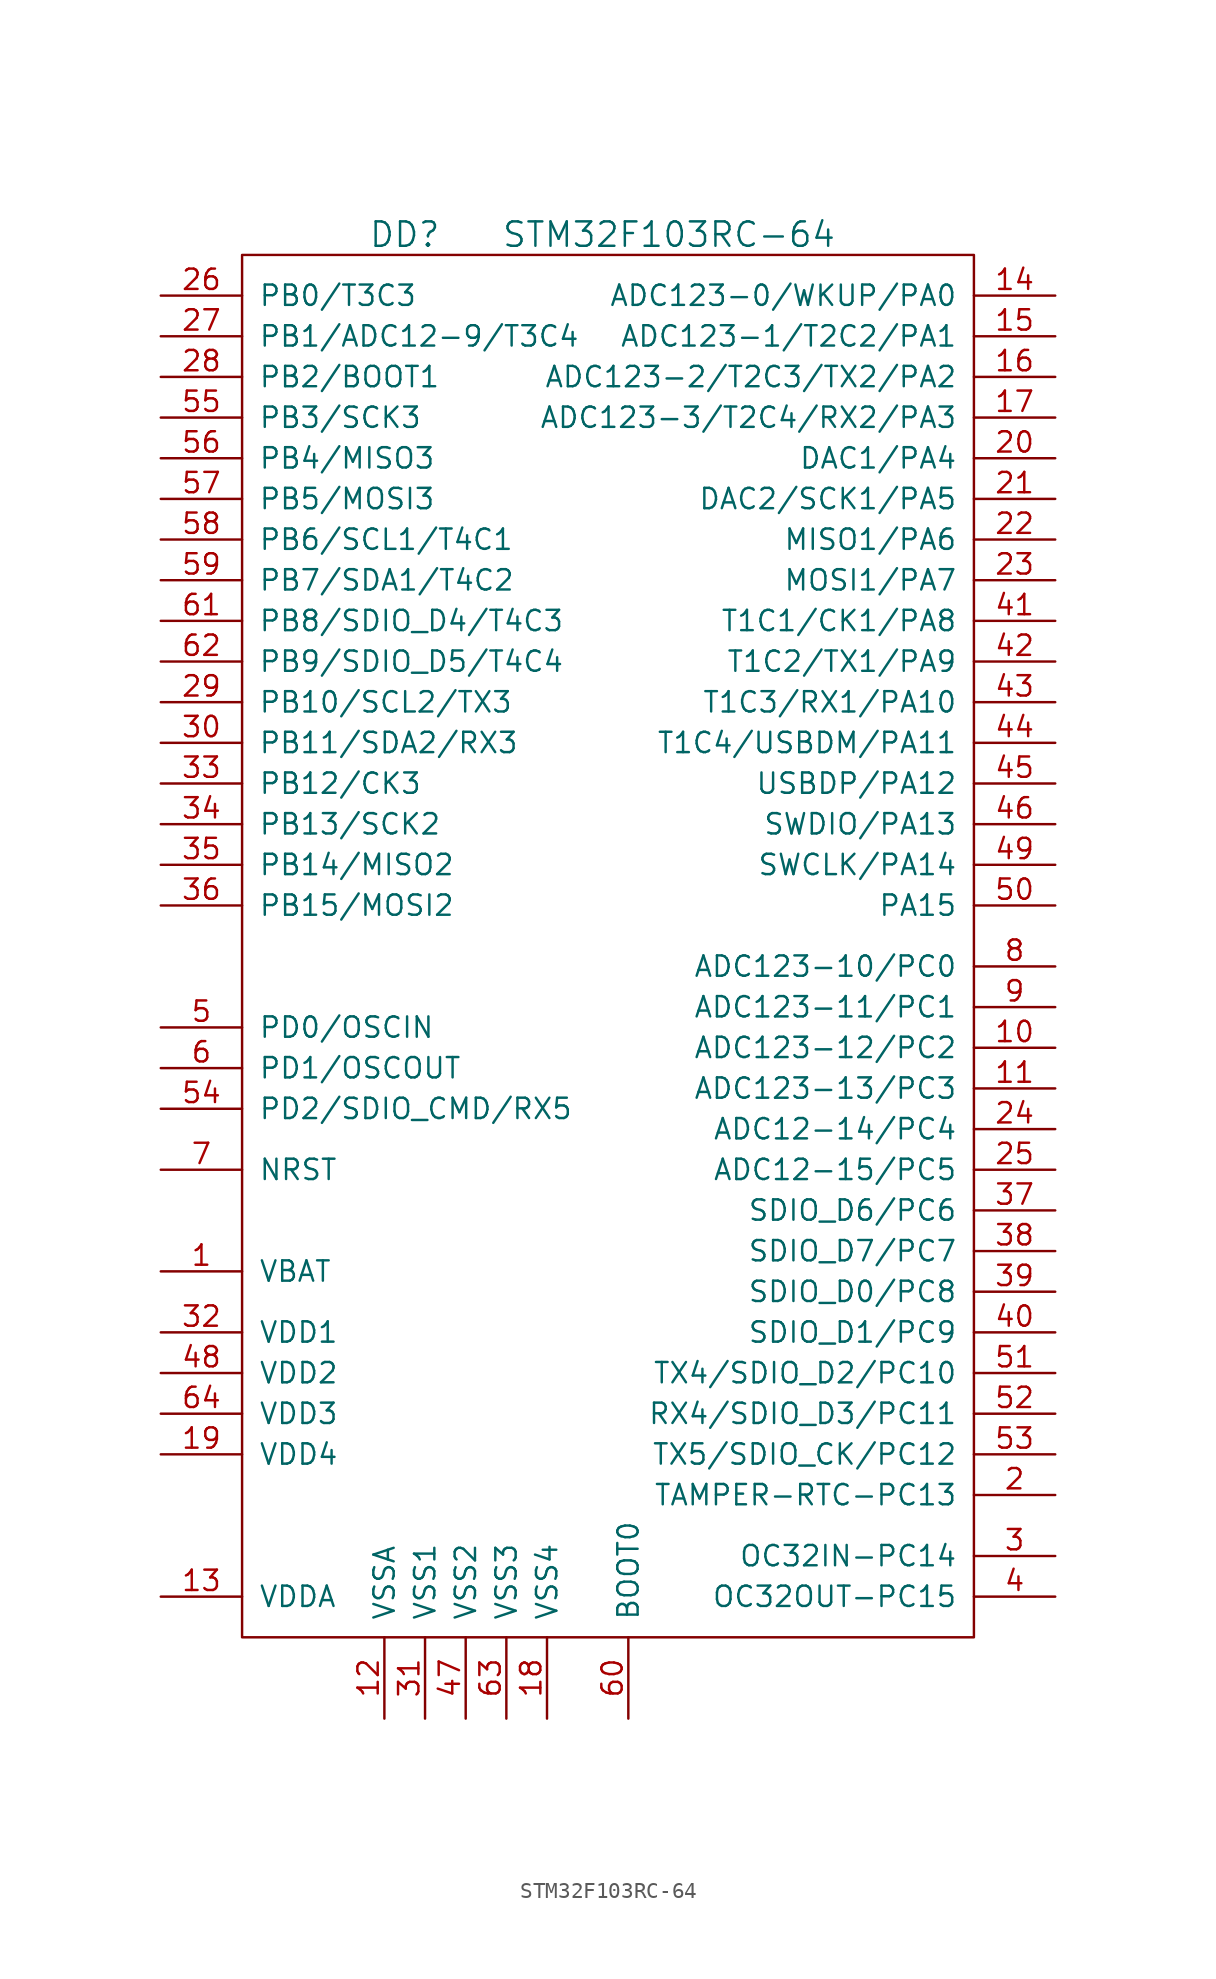
<source format=kicad_sym>
(kicad_symbol_lib
  (version 20201005)
  (generator kicad_symbol_editor)
  (symbol "st_kl:STM32F103RC-64"
    (pin_names
      (offset 1.016))
    (property "Reference" "DD"
      (at -11.43 39.37 0)
      (effects (font (size 1.524 1.524))))
    (property "Value" "STM32F103RC-64"
      (at 5.08 39.37 0)
      (effects (font (size 1.524 1.524))))
    (property "Footprint" ""
      (at 0 0 0)
      (effects (font (size 1.524 1.524))))
    (property "Datasheet" ""
      (at 0 0 0)
      (effects (font (size 1.524 1.524))))
    (symbol "STM32F103RC-64_0_1"
      (rectangle (start 24.13 -48.26) (end -21.59 38.1) (stroke (width 0)) (fill (type none))))
    (symbol "STM32F103RC-64_1_1"
      (pin power_in line (at -26.67 -25.4 0) (length 5.08) (name "VBAT" (effects (font (size 1.27 1.27)))) (number "1" (effects (font (size 1.27 1.27)))))
      (pin passive line (at 29.21 -11.43 180) (length 5.08) (name "ADC123-12/PC2" (effects (font (size 1.27 1.27)))) (number "10" (effects (font (size 1.27 1.27)))))
      (pin passive line (at 29.21 -13.97 180) (length 5.08) (name "ADC123-13/PC3" (effects (font (size 1.27 1.27)))) (number "11" (effects (font (size 1.27 1.27)))))
      (pin power_in line (at -12.7 -53.34 90) (length 5.08) (name "VSSA" (effects (font (size 1.27 1.27)))) (number "12" (effects (font (size 1.27 1.27)))))
      (pin power_in line (at -26.67 -45.72 0) (length 5.08) (name "VDDA" (effects (font (size 1.27 1.27)))) (number "13" (effects (font (size 1.27 1.27)))))
      (pin passive line (at 29.21 35.56 180) (length 5.08) (name "ADC123-0/WKUP/PA0" (effects (font (size 1.27 1.27)))) (number "14" (effects (font (size 1.27 1.27)))))
      (pin passive line (at 29.21 33.02 180) (length 5.08) (name "ADC123-1/T2C2/PA1" (effects (font (size 1.27 1.27)))) (number "15" (effects (font (size 1.27 1.27)))))
      (pin passive line (at 29.21 30.48 180) (length 5.08) (name "ADC123-2/T2C3/TX2/PA2" (effects (font (size 1.27 1.27)))) (number "16" (effects (font (size 1.27 1.27)))))
      (pin passive line (at 29.21 27.94 180) (length 5.08) (name "ADC123-3/T2C4/RX2/PA3" (effects (font (size 1.27 1.27)))) (number "17" (effects (font (size 1.27 1.27)))))
      (pin power_in line (at -2.54 -53.34 90) (length 5.08) (name "VSS4" (effects (font (size 1.27 1.27)))) (number "18" (effects (font (size 1.27 1.27)))))
      (pin power_in line (at -26.67 -36.83 0) (length 5.08) (name "VDD4" (effects (font (size 1.27 1.27)))) (number "19" (effects (font (size 1.27 1.27)))))
      (pin passive line (at 29.21 -39.37 180) (length 5.08) (name "TAMPER-RTC-PC13" (effects (font (size 1.27 1.27)))) (number "2" (effects (font (size 1.27 1.27)))))
      (pin passive line (at 29.21 25.4 180) (length 5.08) (name "DAC1/PA4" (effects (font (size 1.27 1.27)))) (number "20" (effects (font (size 1.27 1.27)))))
      (pin passive line (at 29.21 22.86 180) (length 5.08) (name "DAC2/SCK1/PA5" (effects (font (size 1.27 1.27)))) (number "21" (effects (font (size 1.27 1.27)))))
      (pin passive line (at 29.21 20.32 180) (length 5.08) (name "MISO1/PA6" (effects (font (size 1.27 1.27)))) (number "22" (effects (font (size 1.27 1.27)))))
      (pin passive line (at 29.21 17.78 180) (length 5.08) (name "MOSI1/PA7" (effects (font (size 1.27 1.27)))) (number "23" (effects (font (size 1.27 1.27)))))
      (pin passive line (at 29.21 -16.51 180) (length 5.08) (name "ADC12-14/PC4" (effects (font (size 1.27 1.27)))) (number "24" (effects (font (size 1.27 1.27)))))
      (pin passive line (at 29.21 -19.05 180) (length 5.08) (name "ADC12-15/PC5" (effects (font (size 1.27 1.27)))) (number "25" (effects (font (size 1.27 1.27)))))
      (pin passive line (at -26.67 35.56 0) (length 5.08) (name "PB0/T3C3" (effects (font (size 1.27 1.27)))) (number "26" (effects (font (size 1.27 1.27)))))
      (pin passive line (at -26.67 33.02 0) (length 5.08) (name "PB1/ADC12-9/T3C4" (effects (font (size 1.27 1.27)))) (number "27" (effects (font (size 1.27 1.27)))))
      (pin passive line (at -26.67 30.48 0) (length 5.08) (name "PB2/BOOT1" (effects (font (size 1.27 1.27)))) (number "28" (effects (font (size 1.27 1.27)))))
      (pin passive line (at -26.67 10.16 0) (length 5.08) (name "PB10/SCL2/TX3" (effects (font (size 1.27 1.27)))) (number "29" (effects (font (size 1.27 1.27)))))
      (pin passive line (at 29.21 -43.18 180) (length 5.08) (name "OC32IN-PC14" (effects (font (size 1.27 1.27)))) (number "3" (effects (font (size 1.27 1.27)))))
      (pin passive line (at -26.67 7.62 0) (length 5.08) (name "PB11/SDA2/RX3" (effects (font (size 1.27 1.27)))) (number "30" (effects (font (size 1.27 1.27)))))
      (pin power_in line (at -10.16 -53.34 90) (length 5.08) (name "VSS1" (effects (font (size 1.27 1.27)))) (number "31" (effects (font (size 1.27 1.27)))))
      (pin power_in line (at -26.67 -29.21 0) (length 5.08) (name "VDD1" (effects (font (size 1.27 1.27)))) (number "32" (effects (font (size 1.27 1.27)))))
      (pin passive line (at -26.67 5.08 0) (length 5.08) (name "PB12/CK3" (effects (font (size 1.27 1.27)))) (number "33" (effects (font (size 1.27 1.27)))))
      (pin passive line (at -26.67 2.54 0) (length 5.08) (name "PB13/SCK2" (effects (font (size 1.27 1.27)))) (number "34" (effects (font (size 1.27 1.27)))))
      (pin passive line (at -26.67 0 0) (length 5.08) (name "PB14/MISO2" (effects (font (size 1.27 1.27)))) (number "35" (effects (font (size 1.27 1.27)))))
      (pin passive line (at -26.67 -2.54 0) (length 5.08) (name "PB15/MOSI2" (effects (font (size 1.27 1.27)))) (number "36" (effects (font (size 1.27 1.27)))))
      (pin passive line (at 29.21 -21.59 180) (length 5.08) (name "SDIO_D6/PC6" (effects (font (size 1.27 1.27)))) (number "37" (effects (font (size 1.27 1.27)))))
      (pin passive line (at 29.21 -24.13 180) (length 5.08) (name "SDIO_D7/PC7" (effects (font (size 1.27 1.27)))) (number "38" (effects (font (size 1.27 1.27)))))
      (pin passive line (at 29.21 -26.67 180) (length 5.08) (name "SDIO_D0/PC8" (effects (font (size 1.27 1.27)))) (number "39" (effects (font (size 1.27 1.27)))))
      (pin passive line (at 29.21 -45.72 180) (length 5.08) (name "OC32OUT-PC15" (effects (font (size 1.27 1.27)))) (number "4" (effects (font (size 1.27 1.27)))))
      (pin passive line (at 29.21 -29.21 180) (length 5.08) (name "SDIO_D1/PC9" (effects (font (size 1.27 1.27)))) (number "40" (effects (font (size 1.27 1.27)))))
      (pin passive line (at 29.21 15.24 180) (length 5.08) (name "T1C1/CK1/PA8" (effects (font (size 1.27 1.27)))) (number "41" (effects (font (size 1.27 1.27)))))
      (pin passive line (at 29.21 12.7 180) (length 5.08) (name "T1C2/TX1/PA9" (effects (font (size 1.27 1.27)))) (number "42" (effects (font (size 1.27 1.27)))))
      (pin passive line (at 29.21 10.16 180) (length 5.08) (name "T1C3/RX1/PA10" (effects (font (size 1.27 1.27)))) (number "43" (effects (font (size 1.27 1.27)))))
      (pin passive line (at 29.21 7.62 180) (length 5.08) (name "T1C4/USBDM/PA11" (effects (font (size 1.27 1.27)))) (number "44" (effects (font (size 1.27 1.27)))))
      (pin passive line (at 29.21 5.08 180) (length 5.08) (name "USBDP/PA12" (effects (font (size 1.27 1.27)))) (number "45" (effects (font (size 1.27 1.27)))))
      (pin passive line (at 29.21 2.54 180) (length 5.08) (name "SWDIO/PA13" (effects (font (size 1.27 1.27)))) (number "46" (effects (font (size 1.27 1.27)))))
      (pin power_in line (at -7.62 -53.34 90) (length 5.08) (name "VSS2" (effects (font (size 1.27 1.27)))) (number "47" (effects (font (size 1.27 1.27)))))
      (pin power_in line (at -26.67 -31.75 0) (length 5.08) (name "VDD2" (effects (font (size 1.27 1.27)))) (number "48" (effects (font (size 1.27 1.27)))))
      (pin passive line (at 29.21 0 180) (length 5.08) (name "SWCLK/PA14" (effects (font (size 1.27 1.27)))) (number "49" (effects (font (size 1.27 1.27)))))
      (pin passive line (at -26.67 -10.16 0) (length 5.08) (name "PD0/OSCIN" (effects (font (size 1.27 1.27)))) (number "5" (effects (font (size 1.27 1.27)))))
      (pin passive line (at 29.21 -2.54 180) (length 5.08) (name "PA15" (effects (font (size 1.27 1.27)))) (number "50" (effects (font (size 1.27 1.27)))))
      (pin passive line (at 29.21 -31.75 180) (length 5.08) (name "TX4/SDIO_D2/PC10" (effects (font (size 1.27 1.27)))) (number "51" (effects (font (size 1.27 1.27)))))
      (pin passive line (at 29.21 -34.29 180) (length 5.08) (name "RX4/SDIO_D3/PC11" (effects (font (size 1.27 1.27)))) (number "52" (effects (font (size 1.27 1.27)))))
      (pin passive line (at 29.21 -36.83 180) (length 5.08) (name "TX5/SDIO_CK/PC12" (effects (font (size 1.27 1.27)))) (number "53" (effects (font (size 1.27 1.27)))))
      (pin passive line (at -26.67 -15.24 0) (length 5.08) (name "PD2/SDIO_CMD/RX5" (effects (font (size 1.27 1.27)))) (number "54" (effects (font (size 1.27 1.27)))))
      (pin passive line (at -26.67 27.94 0) (length 5.08) (name "PB3/SCK3" (effects (font (size 1.27 1.27)))) (number "55" (effects (font (size 1.27 1.27)))))
      (pin passive line (at -26.67 25.4 0) (length 5.08) (name "PB4/MISO3" (effects (font (size 1.27 1.27)))) (number "56" (effects (font (size 1.27 1.27)))))
      (pin passive line (at -26.67 22.86 0) (length 5.08) (name "PB5/MOSI3" (effects (font (size 1.27 1.27)))) (number "57" (effects (font (size 1.27 1.27)))))
      (pin passive line (at -26.67 20.32 0) (length 5.08) (name "PB6/SCL1/T4C1" (effects (font (size 1.27 1.27)))) (number "58" (effects (font (size 1.27 1.27)))))
      (pin passive line (at -26.67 17.78 0) (length 5.08) (name "PB7/SDA1/T4C2" (effects (font (size 1.27 1.27)))) (number "59" (effects (font (size 1.27 1.27)))))
      (pin passive line (at -26.67 -12.7 0) (length 5.08) (name "PD1/OSCOUT" (effects (font (size 1.27 1.27)))) (number "6" (effects (font (size 1.27 1.27)))))
      (pin passive line (at 2.54 -53.34 90) (length 5.08) (name "BOOT0" (effects (font (size 1.27 1.27)))) (number "60" (effects (font (size 1.27 1.27)))))
      (pin passive line (at -26.67 15.24 0) (length 5.08) (name "PB8/SDIO_D4/T4C3" (effects (font (size 1.27 1.27)))) (number "61" (effects (font (size 1.27 1.27)))))
      (pin passive line (at -26.67 12.7 0) (length 5.08) (name "PB9/SDIO_D5/T4C4" (effects (font (size 1.27 1.27)))) (number "62" (effects (font (size 1.27 1.27)))))
      (pin power_in line (at -5.08 -53.34 90) (length 5.08) (name "VSS3" (effects (font (size 1.27 1.27)))) (number "63" (effects (font (size 1.27 1.27)))))
      (pin power_in line (at -26.67 -34.29 0) (length 5.08) (name "VDD3" (effects (font (size 1.27 1.27)))) (number "64" (effects (font (size 1.27 1.27)))))
      (pin passive line (at -26.67 -19.05 0) (length 5.08) (name "NRST" (effects (font (size 1.27 1.27)))) (number "7" (effects (font (size 1.27 1.27)))))
      (pin passive line (at 29.21 -6.35 180) (length 5.08) (name "ADC123-10/PC0" (effects (font (size 1.27 1.27)))) (number "8" (effects (font (size 1.27 1.27)))))
      (pin passive line (at 29.21 -8.89 180) (length 5.08) (name "ADC123-11/PC1" (effects (font (size 1.27 1.27)))) (number "9" (effects (font (size 1.27 1.27))))))))
</source>
